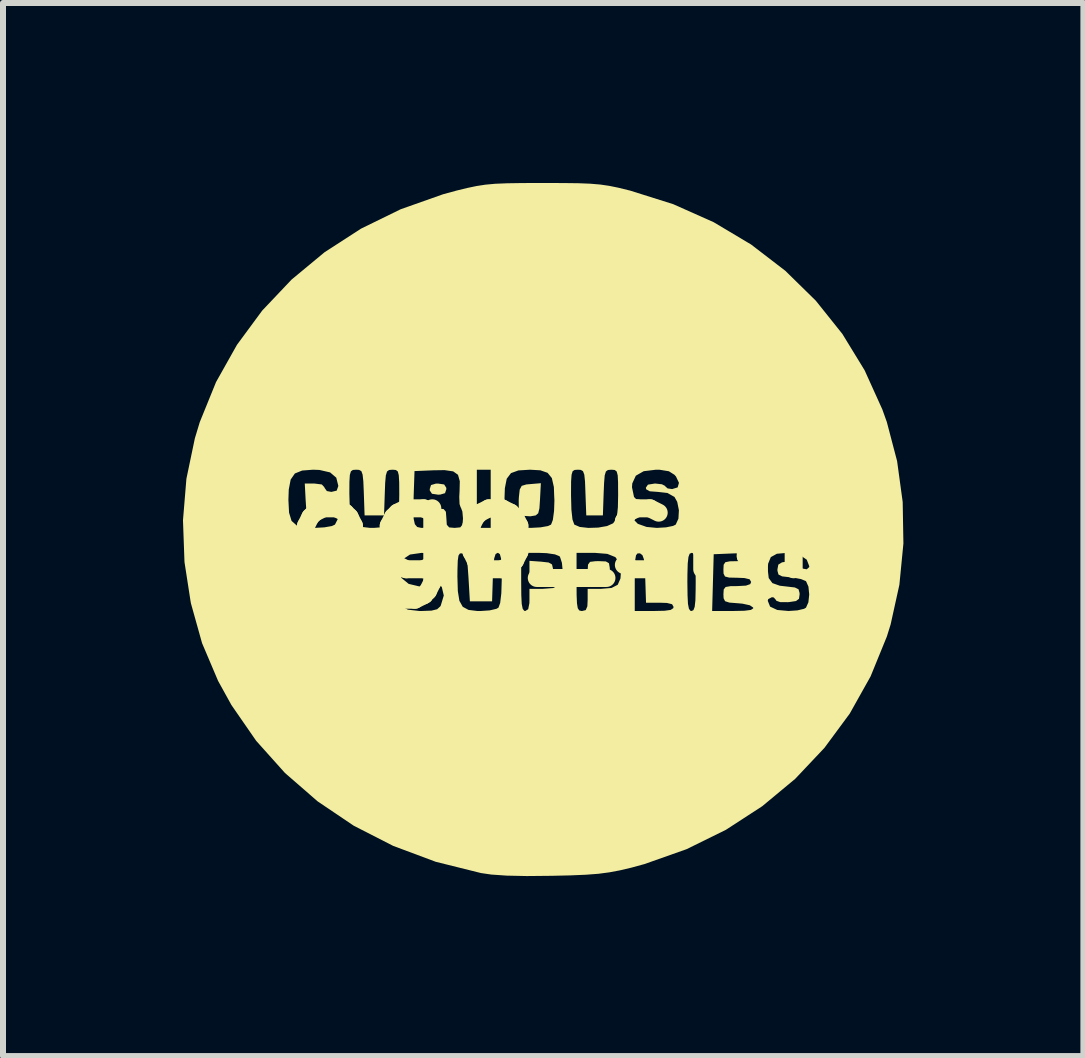
<source format=kicad_pcb>
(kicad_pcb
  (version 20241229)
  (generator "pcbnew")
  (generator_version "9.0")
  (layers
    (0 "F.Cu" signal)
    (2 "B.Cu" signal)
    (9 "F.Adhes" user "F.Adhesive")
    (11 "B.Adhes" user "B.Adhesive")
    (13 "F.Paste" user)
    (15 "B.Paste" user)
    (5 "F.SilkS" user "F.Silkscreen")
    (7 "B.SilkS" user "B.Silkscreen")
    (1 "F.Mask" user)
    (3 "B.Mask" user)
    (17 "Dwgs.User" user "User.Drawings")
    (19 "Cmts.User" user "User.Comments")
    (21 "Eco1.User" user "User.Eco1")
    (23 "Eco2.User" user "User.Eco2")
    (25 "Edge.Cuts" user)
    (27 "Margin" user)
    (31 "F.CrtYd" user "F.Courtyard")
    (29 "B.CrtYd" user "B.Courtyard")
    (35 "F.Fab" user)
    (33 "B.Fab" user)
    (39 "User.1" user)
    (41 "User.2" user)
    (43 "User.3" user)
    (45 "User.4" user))
  (footprint "logo_silk"
    (layer "F.Cu")
    (at 6.006 5.749)
    (property "Reference" "logo_silk" (at 0 0 0) (layer "F.SilkS") (effects (font (size 1.524 1.524) (thickness 0.3))))
    (attr board_only exclude_from_pos_files exclude_from_bom)
    (fp_poly (pts (xy -0.035 0.563) (xy 0.089 0.577) (xy 0.145 0.609) (xy 0.161 0.679) (xy 0.162 0.716) (xy 0.154 0.803) (xy 0.114 0.846) (xy 0.017 0.864) (xy -0.035 0.869) (xy -0.231 0.883) (xy -0.231 0.549)) (stroke (width 0) (type solid)) (fill yes) (layer "F.SilkS"))
    (fp_poly (pts (xy -1.653 -0.724) (xy -1.618 -0.67) (xy -1.616 -0.647) (xy -1.638 -0.579) (xy -1.719 -0.555) (xy -1.755 -0.554) (xy -1.856 -0.569) (xy -1.892 -0.623) (xy -1.893 -0.647) (xy -1.872 -0.714) (xy -1.791 -0.738) (xy -1.755 -0.739)) (stroke (width 0) (type solid)) (fill yes) (layer "F.SilkS"))
    (fp_poly (pts (xy -0.055 -0.476) (xy -0.065 -0.326) (xy -0.085 -0.244) (xy -0.127 -0.208) (xy -0.205 -0.195) (xy -0.22 -0.193) (xy -0.348 -0.202) (xy -0.396 -0.246) (xy -0.409 -0.332) (xy -0.41 -0.465) (xy -0.407 -0.514) (xy -0.393 -0.64) (xy -0.36 -0.701) (xy -0.284 -0.724) (xy -0.217 -0.73) (xy -0.041 -0.745)) (stroke (width 0) (type solid)) (fill yes) (layer "F.SilkS"))
    (fp_poly (pts (xy 1.042 0.559) (xy 1.094 0.589) (xy 1.108 0.668) (xy 1.108 0.716) (xy 1.103 0.819) (xy 1.068 0.865) (xy 0.978 0.877) (xy 0.924 0.877) (xy 0.805 0.873) (xy 0.753 0.842) (xy 0.739 0.764) (xy 0.739 0.716) (xy 0.745 0.612) (xy 0.779 0.566) (xy 0.869 0.555) (xy 0.924 0.554)) (stroke (width 0) (type solid)) (fill yes) (layer "F.SilkS"))
    (fp_poly (pts (xy 0.329 -5.748) (xy 0.584 -5.745) (xy 0.785 -5.737) (xy 0.95 -5.723) (xy 1.1 -5.701) (xy 1.252 -5.67) (xy 1.426 -5.627) (xy 1.444 -5.623) (xy 2.165 -5.396) (xy 2.84 -5.095) (xy 3.464 -4.723) (xy 4.033 -4.286) (xy 4.541 -3.788) (xy 4.984 -3.234) (xy 5.355 -2.628) (xy 5.651 -1.974) (xy 5.726 -1.764) (xy 5.897 -1.113) (xy 5.99 -0.432) (xy 6.002 0.26) (xy 5.935 0.947) (xy 5.789 1.609) (xy 5.726 1.811) (xy 5.455 2.475) (xy 5.107 3.096) (xy 4.686 3.666) (xy 4.198 4.183) (xy 3.649 4.639) (xy 3.044 5.032) (xy 2.388 5.355) (xy 1.687 5.603) (xy 1.468 5.663) (xy 1.277 5.708) (xy 1.102 5.741) (xy 0.92 5.765) (xy 0.71 5.781) (xy 0.45 5.792) (xy 0.139 5.799) (xy -0.276 5.803) (xy -0.609 5.796) (xy -0.868 5.778) (xy -1.039 5.753) (xy -1.794 5.565) (xy -2.503 5.3) (xy -3.16 4.964) (xy -3.762 4.558) (xy -4.306 4.085) (xy -4.786 3.549) (xy -5.199 2.952) (xy -5.421 2.55) (xy -5.688 1.921) (xy -5.874 1.256) (xy -5.881 1.215) (xy -2.401 1.215) (xy -2.366 1.307) (xy -2.257 1.363) (xy -2.067 1.385) (xy -2.024 1.385) (xy -1.864 1.379) (xy -1.77 1.356) (xy -1.718 1.309) (xy -1.71 1.296) (xy -1.659 1.127) (xy -1.692 0.985) (xy -1.801 0.881) (xy -1.98 0.826) (xy -2.009 0.823) (xy -2.082 0.813) (xy -1.432 0.813) (xy -1.425 1.053) (xy -1.399 1.215) (xy -1.343 1.315) (xy -1.247 1.367) (xy -1.102 1.385) (xy -1.041 1.385) (xy -0.894 1.375) (xy -0.782 1.349) (xy -0.748 1.33) (xy -0.719 1.251) (xy -0.7 1.09) (xy -0.694 0.901) (xy -0.369 0.901) (xy -0.367 1.122) (xy -0.36 1.266) (xy -0.344 1.348) (xy -0.318 1.382) (xy -0.3 1.385) (xy -0.252 1.355) (xy -0.232 1.254) (xy -0.231 1.201) (xy -0.231 1.016) (xy -0.009 1.016) (xy 0.166 1.002) (xy 0.268 0.948) (xy 0.289 0.901) (xy 0.554 0.901) (xy 0.555 1.117) (xy 0.561 1.257) (xy 0.574 1.338) (xy 0.598 1.375) (xy 0.635 1.385) (xy 0.647 1.385) (xy 1.524 1.385) (xy 1.847 1.385) (xy 2.023 1.381) (xy 2.123 1.367) (xy 2.166 1.338) (xy 2.171 1.316) (xy 2.146 1.272) (xy 2.06 1.251) (xy 1.941 1.247) (xy 1.712 1.247) (xy 1.701 0.901) (xy 2.401 0.901) (xy 2.404 1.122) (xy 2.411 1.266) (xy 2.427 1.348) (xy 2.452 1.382) (xy 2.471 1.385) (xy 2.814 1.385) (xy 3.166 1.385) (xy 3.353 1.381) (xy 3.461 1.367) (xy 3.499 1.341) (xy 3.498 1.328) (xy 3.443 1.29) (xy 3.32 1.263) (xy 3.241 1.256) (xy 3.101 1.245) (xy 3.03 1.222) (xy 3.026 1.215) (xy 3.741 1.215) (xy 3.78 1.312) (xy 3.899 1.368) (xy 4.087 1.385) (xy 4.234 1.375) (xy 4.345 1.349) (xy 4.378 1.33) (xy 4.418 1.241) (xy 4.432 1.11) (xy 4.419 0.979) (xy 4.38 0.891) (xy 4.375 0.886) (xy 4.295 0.853) (xy 4.164 0.828) (xy 4.109 0.823) (xy 3.981 0.808) (xy 3.92 0.778) (xy 3.903 0.717) (xy 3.902 0.693) (xy 3.917 0.612) (xy 3.979 0.574) (xy 4.06 0.562) (xy 4.197 0.571) (xy 4.259 0.62) (xy 4.32 0.678) (xy 4.391 0.69) (xy 4.432 0.653) (xy 4.433 0.639) (xy 4.391 0.53) (xy 4.277 0.452) (xy 4.107 0.417) (xy 4.066 0.416) (xy 3.893 0.431) (xy 3.792 0.487) (xy 3.747 0.597) (xy 3.741 0.696) (xy 3.757 0.836) (xy 3.818 0.92) (xy 3.942 0.964) (xy 4.065 0.978) (xy 4.193 0.993) (xy 4.254 1.023) (xy 4.271 1.084) (xy 4.272 1.108) (xy 4.261 1.182) (xy 4.212 1.219) (xy 4.1 1.236) (xy 4.076 1.238) (xy 3.948 1.237) (xy 3.883 1.214) (xy 3.879 1.203) (xy 3.842 1.16) (xy 3.81 1.155) (xy 3.749 1.187) (xy 3.741 1.215) (xy 3.026 1.215) (xy 3.005 1.173) (xy 3.002 1.106) (xy 3.007 1.025) (xy 3.039 0.985) (xy 3.12 0.971) (xy 3.233 0.97) (xy 3.378 0.962) (xy 3.449 0.937) (xy 3.464 0.901) (xy 3.439 0.857) (xy 3.353 0.836) (xy 3.233 0.831) (xy 3.096 0.828) (xy 3.028 0.81) (xy 3.004 0.761) (xy 3.002 0.693) (xy 3.006 0.614) (xy 3.034 0.572) (xy 3.108 0.557) (xy 3.252 0.554) (xy 3.256 0.554) (xy 3.408 0.548) (xy 3.486 0.527) (xy 3.51 0.486) (xy 3.51 0.483) (xy 3.495 0.446) (xy 3.437 0.426) (xy 3.32 0.421) (xy 3.175 0.425) (xy 2.84 0.439) (xy 2.827 0.912) (xy 2.814 1.385) (xy 2.471 1.385) (xy 2.502 1.371) (xy 2.523 1.316) (xy 2.535 1.207) (xy 2.539 1.028) (xy 2.54 0.901) (xy 2.538 0.679) (xy 2.53 0.535) (xy 2.514 0.453) (xy 2.489 0.419) (xy 2.471 0.416) (xy 2.439 0.431) (xy 2.419 0.485) (xy 2.407 0.594) (xy 2.402 0.773) (xy 2.401 0.901) (xy 1.701 0.901) (xy 1.699 0.843) (xy 1.69 0.645) (xy 1.676 0.521) (xy 1.652 0.455) (xy 1.616 0.427) (xy 1.605 0.424) (xy 1.569 0.426) (xy 1.545 0.457) (xy 1.532 0.533) (xy 1.526 0.67) (xy 1.524 0.883) (xy 1.524 0.897) (xy 1.524 1.385) (xy 0.647 1.385) (xy 0.707 1.37) (xy 0.734 1.307) (xy 0.739 1.201) (xy 0.739 1.016) (xy 0.961 1.016) (xy 1.137 1.001) (xy 1.24 0.948) (xy 1.286 0.843) (xy 1.293 0.745) (xy 1.272 0.588) (xy 1.201 0.487) (xy 1.067 0.433) (xy 0.858 0.416) (xy 0.847 0.416) (xy 0.554 0.416) (xy 0.554 0.901) (xy 0.289 0.901) (xy 0.315 0.841) (xy 0.323 0.716) (xy 0.31 0.582) (xy 0.279 0.486) (xy 0.268 0.471) (xy 0.193 0.441) (xy 0.055 0.421) (xy -0.079 0.416) (xy -0.369 0.416) (xy -0.369 0.901) (xy -0.694 0.901) (xy -0.693 0.858) (xy -0.693 0.845) (xy -0.695 0.637) (xy -0.705 0.507) (xy -0.724 0.438) (xy -0.755 0.416) (xy -0.76 0.416) (xy -0.795 0.435) (xy -0.818 0.505) (xy -0.833 0.638) (xy -0.841 0.82) (xy -0.854 1.224) (xy -1.224 1.224) (xy -1.247 0.832) (xy -1.261 0.636) (xy -1.28 0.514) (xy -1.307 0.45) (xy -1.347 0.425) (xy -1.351 0.424) (xy -1.39 0.426) (xy -1.414 0.461) (xy -1.426 0.546) (xy -1.431 0.697) (xy -1.432 0.813) (xy -2.082 0.813) (xy -2.129 0.806) (xy -2.182 0.769) (xy -2.194 0.694) (xy -2.194 0.693) (xy -2.178 0.61) (xy -2.113 0.573) (xy -2.043 0.563) (xy -1.918 0.571) (xy -1.865 0.621) (xy -1.811 0.683) (xy -1.746 0.683) (xy -1.709 0.622) (xy -1.709 0.61) (xy -1.743 0.499) (xy -1.848 0.435) (xy -2.026 0.416) (xy -2.222 0.444) (xy -2.348 0.528) (xy -2.4 0.663) (xy -2.401 0.693) (xy -2.362 0.836) (xy -2.245 0.933) (xy -2.056 0.978) (xy -2.055 0.978) (xy -1.934 0.996) (xy -1.877 1.036) (xy -1.856 1.119) (xy -1.856 1.12) (xy -1.854 1.201) (xy -1.888 1.237) (xy -1.984 1.247) (xy -2.029 1.247) (xy -2.146 1.237) (xy -2.211 1.212) (xy -2.217 1.201) (xy -2.255 1.163) (xy -2.309 1.155) (xy -2.384 1.18) (xy -2.401 1.215) (xy -5.881 1.215) (xy -5.981 0.569) (xy -6.006 -0.127) (xy -5.978 -0.467) (xy -4.249 -0.467) (xy -4.238 -0.254) (xy -4.196 -0.116) (xy -4.108 -0.039) (xy -3.961 -0.005) (xy -3.812 0) (xy -3.649 -0.009) (xy -3.524 -0.031) (xy -3.473 -0.055) (xy -3.428 -0.144) (xy -3.417 -0.217) (xy -3.44 -0.3) (xy -3.524 -0.323) (xy -3.528 -0.323) (xy -3.624 -0.296) (xy -3.666 -0.251) (xy -3.734 -0.196) (xy -3.821 -0.193) (xy -3.893 -0.208) (xy -3.933 -0.246) (xy -3.953 -0.332) (xy -3.962 -0.473) (xy -3.967 -0.569) (xy -3.233 -0.569) (xy -3.226 -0.331) (xy -3.2 -0.169) (xy -3.143 -0.07) (xy -3.045 -0.019) (xy -2.896 -0.001) (xy -2.825 0) (xy -2.62 -0.017) (xy -2.493 -0.07) (xy -2.486 -0.076) (xy -2.444 -0.131) (xy -2.418 -0.213) (xy -2.409 -0.305) (xy -2.166 -0.305) (xy -2.161 -0.152) (xy -2.141 -0.061) (xy -2.102 -0.015) (xy -2.039 -0.001) (xy -2.01 0) (xy -1.931 -0.012) (xy -1.899 -0.065) (xy -1.893 -0.162) (xy -1.886 -0.27) (xy -1.847 -0.315) (xy -1.755 -0.323) (xy -1.662 -0.314) (xy -1.624 -0.269) (xy -1.616 -0.162) (xy -1.609 -0.053) (xy -1.569 -0.008) (xy -1.478 0) (xy -1.108 0) (xy -0.877 0) (xy -0.877 -0.493) (xy -0.647 -0.493) (xy -0.637 -0.273) (xy -0.601 -0.13) (xy -0.523 -0.047) (xy -0.39 -0.008) (xy -0.21 0) (xy -0.047 -0.009) (xy 0.078 -0.031) (xy 0.129 -0.055) (xy 0.159 -0.133) (xy 0.179 -0.282) (xy 0.185 -0.456) (xy 0.181 -0.54) (xy 0.462 -0.54) (xy 0.468 -0.304) (xy 0.486 -0.14) (xy 0.516 -0.057) (xy 0.517 -0.055) (xy 0.607 -0.016) (xy 0.751 0.000224) (xy 0.915 -0.005) (xy 1.063 -0.031) (xy 1.162 -0.076) (xy 1.162 -0.076) (xy 1.205 -0.131) (xy 1.23 -0.213) (xy 1.243 -0.346) (xy 1.247 -0.548) (xy 1.247 -0.561) (xy 1.246 -0.678) (xy 1.478 -0.678) (xy 1.512 -0.515) (xy 1.615 -0.413) (xy 1.788 -0.371) (xy 1.831 -0.369) (xy 1.958 -0.363) (xy 2.017 -0.336) (xy 2.032 -0.278) (xy 2.032 -0.277) (xy 2.011 -0.21) (xy 1.93 -0.186) (xy 1.892 -0.185) (xy 1.779 -0.206) (xy 1.725 -0.254) (xy 1.663 -0.312) (xy 1.573 -0.317) (xy 1.501 -0.268) (xy 1.494 -0.252) (xy 1.495 -0.149) (xy 1.575 -0.068) (xy 1.721 -0.016) (xy 1.891 0) (xy 2.045 -0.009) (xy 2.163 -0.033) (xy 2.207 -0.055) (xy 2.252 -0.154) (xy 2.26 -0.294) (xy 2.232 -0.434) (xy 2.186 -0.516) (xy 2.069 -0.582) (xy 1.909 -0.6) (xy 1.775 -0.61) (xy 1.715 -0.643) (xy 1.709 -0.67) (xy 1.744 -0.721) (xy 1.856 -0.739) (xy 1.87 -0.739) (xy 1.977 -0.727) (xy 2.031 -0.699) (xy 2.032 -0.693) (xy 2.072 -0.658) (xy 2.147 -0.647) (xy 2.239 -0.675) (xy 2.261 -0.751) (xy 2.211 -0.857) (xy 2.186 -0.885) (xy 2.093 -0.944) (xy 1.94 -0.969) (xy 1.878 -0.97) (xy 1.673 -0.945) (xy 1.542 -0.87) (xy 1.483 -0.742) (xy 1.478 -0.678) (xy 1.246 -0.678) (xy 1.246 -0.756) (xy 1.24 -0.876) (xy 1.223 -0.94) (xy 1.191 -0.965) (xy 1.139 -0.97) (xy 1.133 -0.97) (xy 1.077 -0.965) (xy 1.043 -0.94) (xy 1.023 -0.874) (xy 1.013 -0.75) (xy 1.006 -0.589) (xy 0.993 -0.208) (xy 0.716 -0.208) (xy 0.702 -0.589) (xy 0.695 -0.776) (xy 0.683 -0.888) (xy 0.661 -0.946) (xy 0.624 -0.967) (xy 0.575 -0.97) (xy 0.522 -0.966) (xy 0.489 -0.945) (xy 0.471 -0.887) (xy 0.463 -0.776) (xy 0.462 -0.595) (xy 0.462 -0.54) (xy 0.181 -0.54) (xy 0.176 -0.681) (xy 0.142 -0.831) (xy 0.071 -0.918) (xy -0.049 -0.96) (xy -0.223 -0.97) (xy -0.415 -0.958) (xy -0.539 -0.913) (xy -0.61 -0.819) (xy -0.641 -0.661) (xy -0.647 -0.493) (xy -0.877 -0.493) (xy -0.877 -0.97) (xy -1.108 -0.97) (xy -1.108 0) (xy -1.478 0) (xy -1.384 -0.009) (xy -1.346 -0.056) (xy -1.339 -0.159) (xy -1.349 -0.272) (xy -1.374 -0.339) (xy -1.378 -0.342) (xy -1.396 -0.397) (xy -1.401 -0.515) (xy -1.396 -0.612) (xy -1.392 -0.778) (xy -1.422 -0.885) (xy -1.502 -0.942) (xy -1.646 -0.963) (xy -1.832 -0.96) (xy -2.147 -0.947) (xy -2.161 -0.535) (xy -2.166 -0.305) (xy -2.409 -0.305) (xy -2.405 -0.346) (xy -2.401 -0.548) (xy -2.401 -0.561) (xy -2.402 -0.756) (xy -2.409 -0.876) (xy -2.425 -0.94) (xy -2.457 -0.965) (xy -2.51 -0.97) (xy -2.515 -0.97) (xy -2.571 -0.965) (xy -2.605 -0.94) (xy -2.625 -0.874) (xy -2.636 -0.75) (xy -2.642 -0.589) (xy -2.655 -0.208) (xy -2.979 -0.208) (xy -2.992 -0.589) (xy -3 -0.776) (xy -3.012 -0.888) (xy -3.033 -0.946) (xy -3.071 -0.967) (xy -3.119 -0.97) (xy -3.174 -0.966) (xy -3.207 -0.943) (xy -3.225 -0.882) (xy -3.232 -0.766) (xy -3.233 -0.575) (xy -3.233 -0.569) (xy -3.967 -0.569) (xy -3.976 -0.739) (xy -3.812 -0.739) (xy -3.692 -0.724) (xy -3.649 -0.678) (xy -3.648 -0.67) (xy -3.608 -0.614) (xy -3.533 -0.6) (xy -3.444 -0.621) (xy -3.418 -0.695) (xy -3.417 -0.701) (xy -3.451 -0.837) (xy -3.554 -0.925) (xy -3.732 -0.966) (xy -3.838 -0.97) (xy -4.02 -0.956) (xy -4.141 -0.907) (xy -4.211 -0.806) (xy -4.243 -0.64) (xy -4.249 -0.467) (xy -5.978 -0.467) (xy -5.949 -0.819) (xy -5.808 -1.493) (xy -5.726 -1.764) (xy -5.455 -2.431) (xy -5.106 -3.052) (xy -4.685 -3.623) (xy -4.196 -4.139) (xy -3.646 -4.595) (xy -3.038 -4.988) (xy -2.378 -5.311) (xy -1.671 -5.561) (xy -1.444 -5.623) (xy -1.267 -5.666) (xy -1.114 -5.698) (xy -0.965 -5.721) (xy -0.801 -5.736) (xy -0.605 -5.744) (xy -0.355 -5.748) (xy -0.035 -5.749) (xy 0 -5.749)) (stroke (width 0) (type solid)) (fill yes) (layer "F.SilkS")))
  (gr_rect
    (start -3 -3)
    (end 15.008 14.552)
    (stroke (width 0.1) (type default))
    (fill no)
    (layer "Edge.Cuts")))
</source>
